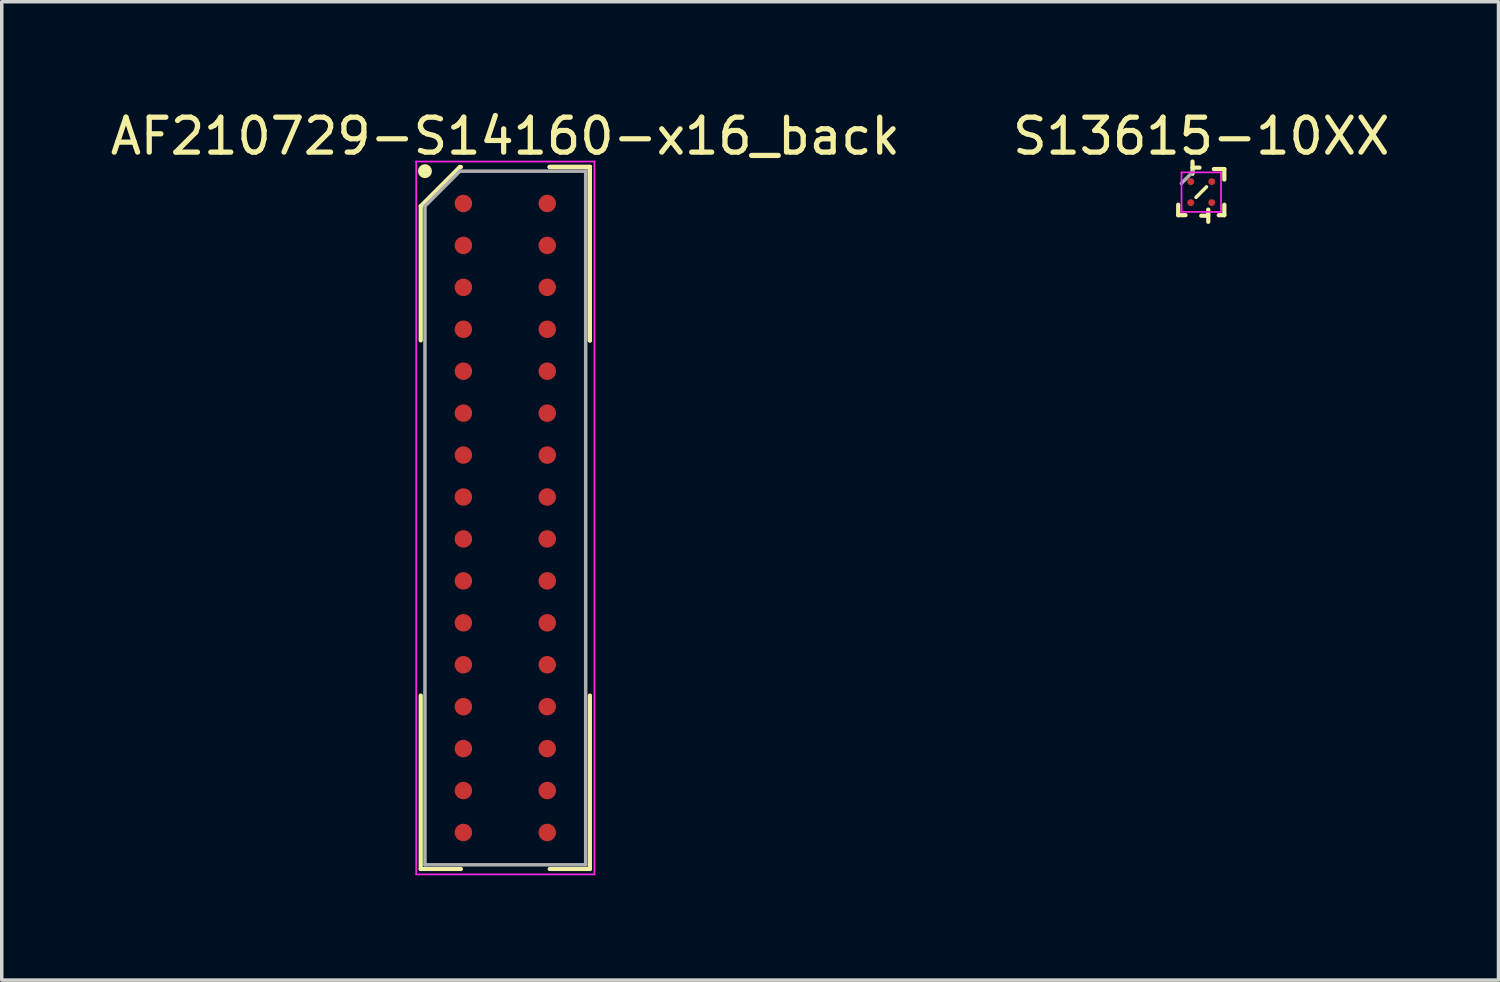
<source format=kicad_pcb>
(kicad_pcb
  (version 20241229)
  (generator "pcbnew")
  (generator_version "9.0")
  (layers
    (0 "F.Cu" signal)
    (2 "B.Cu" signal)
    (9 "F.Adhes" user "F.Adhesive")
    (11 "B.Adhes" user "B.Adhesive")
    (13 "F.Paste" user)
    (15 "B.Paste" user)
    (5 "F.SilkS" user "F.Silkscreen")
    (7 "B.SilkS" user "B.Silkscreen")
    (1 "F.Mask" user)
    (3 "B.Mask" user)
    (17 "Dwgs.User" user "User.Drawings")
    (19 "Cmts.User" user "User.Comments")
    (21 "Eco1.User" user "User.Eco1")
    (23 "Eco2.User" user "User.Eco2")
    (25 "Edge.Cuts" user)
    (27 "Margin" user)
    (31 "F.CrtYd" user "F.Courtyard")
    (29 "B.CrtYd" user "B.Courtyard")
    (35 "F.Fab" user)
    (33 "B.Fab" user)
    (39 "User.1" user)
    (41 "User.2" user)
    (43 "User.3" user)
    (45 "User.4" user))
  (footprint "S13615-10XX"
    (layer "F.Cu")
    (at 31.327 2.448)
    (property "Reference" "S13615-10XX" (at 0 -1.6 0) (layer "F.SilkS") (effects (font (size 1 1) (thickness 0.15))))
    (attr through_hole)
    (fp_line (start -0.66 0.66) (end -0.66 0.36) (stroke (width 0.12) (type solid)) (layer "F.SilkS"))
    (fp_line (start -0.45 0.66) (end -0.66 0.66) (stroke (width 0.12) (type solid)) (layer "F.SilkS"))
    (fp_line (start -0.25 -0.7) (end -0.05 -0.7) (stroke (width 0.12) (type solid)) (layer "F.SilkS"))
    (fp_line (start -0.25 -0.525) (end -0.25 -0.875) (stroke (width 0.12) (type solid)) (layer "F.SilkS"))
    (fp_line (start 0.15 -0.15) (end -0.15 0.15) (stroke (width 0.1) (type solid)) (layer "F.SilkS"))
    (fp_line (start 0.2 0.5) (end 0.2 0.85) (stroke (width 0.12) (type solid)) (layer "F.SilkS"))
    (fp_line (start 0.2 0.675) (end 0 0.675) (stroke (width 0.12) (type solid)) (layer "F.SilkS"))
    (fp_line (start 0.36 -0.66) (end 0.66 -0.66) (stroke (width 0.12) (type solid)) (layer "F.SilkS"))
    (fp_line (start 0.5 0.66) (end 0.66 0.66) (stroke (width 0.12) (type solid)) (layer "F.SilkS"))
    (fp_line (start 0.66 -0.66) (end 0.66 -0.36) (stroke (width 0.12) (type solid)) (layer "F.SilkS"))
    (fp_line (start 0.66 0.66) (end 0.66 0.36) (stroke (width 0.12) (type solid)) (layer "F.SilkS"))
    (fp_line (start -0.565 -0.565) (end 0.565 -0.565) (stroke (width 0.05) (type solid)) (layer "F.CrtYd"))
    (fp_line (start -0.565 0.565) (end -0.565 -0.565) (stroke (width 0.05) (type solid)) (layer "F.CrtYd"))
    (fp_line (start 0.565 -0.565) (end 0.565 0.565) (stroke (width 0.05) (type solid)) (layer "F.CrtYd"))
    (fp_line (start 0.565 0.565) (end -0.565 0.565) (stroke (width 0.05) (type solid)) (layer "F.CrtYd"))
    (fp_line (start -0.24 -0.58) (end -0.57 -0.25) (stroke (width 0.1) (type solid)) (layer "F.Fab"))
    (pad "1" smd circle (at -0.3 -0.3) (size 0.2 0.2) (layers "F.Cu" "F.Mask" "F.Paste"))
    (pad "1" smd circle (at 0.3 0.3) (size 0.2 0.2) (layers "F.Cu" "F.Mask" "F.Paste"))
    (pad "2" smd circle (at -0.3 0.3) (size 0.2 0.2) (layers "F.Cu" "F.Mask" "F.Paste"))
    (pad "2" smd circle (at 0.3 -0.3) (size 0.2 0.2) (layers "F.Cu" "F.Mask" "F.Paste")))
  (footprint "AF210729-S14160-x16_back"
    (layer "F.Cu")
    (at 11.411 11.773)
    (property "Reference" "AF210729-S14160-x16_back" (at 0 -10.925 0) (layer "F.SilkS") (effects (font (size 1 1) (thickness 0.15))))
    (attr smd)
    (fp_line (start -2.42 -8.925) (end -2.42 -5.082) (stroke (width 0.12) (type solid)) (layer "F.SilkS"))
    (fp_line (start -2.42 10.045) (end -2.42 5.082) (stroke (width 0.12) (type solid)) (layer "F.SilkS"))
    (fp_line (start -1.3 -10.045) (end -2.42 -8.925) (stroke (width 0.12) (type solid)) (layer "F.SilkS"))
    (fp_line (start -1.27 -10.045) (end -1.3 -10.045) (stroke (width 0.12) (type solid)) (layer "F.SilkS"))
    (fp_line (start -1.27 10.045) (end -2.42 10.045) (stroke (width 0.12) (type solid)) (layer "F.SilkS"))
    (fp_line (start 1.27 -10.045) (end 2.42 -10.045) (stroke (width 0.12) (type solid)) (layer "F.SilkS"))
    (fp_line (start 1.27 -10.045) (end 2.42 -10.045) (stroke (width 0.12) (type solid)) (layer "F.SilkS"))
    (fp_line (start 1.27 -10.045) (end 2.42 -10.045) (stroke (width 0.12) (type solid)) (layer "F.SilkS"))
    (fp_line (start 1.27 10.045) (end 2.42 10.045) (stroke (width 0.12) (type solid)) (layer "F.SilkS"))
    (fp_line (start 2.42 -10.045) (end 2.42 -5.082) (stroke (width 0.12) (type solid)) (layer "F.SilkS"))
    (fp_line (start 2.42 -10.045) (end 2.42 -5.082) (stroke (width 0.12) (type solid)) (layer "F.SilkS"))
    (fp_line (start 2.42 -10.045) (end 2.42 -5.082) (stroke (width 0.12) (type solid)) (layer "F.SilkS"))
    (fp_line (start 2.42 10.045) (end 2.42 5.082) (stroke (width 0.12) (type solid)) (layer "F.SilkS"))
    (fp_circle (center -2.3 -9.925) (end -2.3 -9.825) (stroke (width 0.2) (type solid)) (fill no) (layer "F.SilkS"))
    (fp_line (start -2.55 -10.2) (end 2.55 -10.2) (stroke (width 0.05) (type solid)) (layer "F.CrtYd"))
    (fp_line (start -2.55 10.2) (end -2.55 -10.2) (stroke (width 0.05) (type solid)) (layer "F.CrtYd"))
    (fp_line (start 2.55 -10.2) (end 2.55 10.2) (stroke (width 0.05) (type solid)) (layer "F.CrtYd"))
    (fp_line (start 2.55 10.2) (end -2.55 10.2) (stroke (width 0.05) (type solid)) (layer "F.CrtYd"))
    (fp_line (start -2.3 -8.925) (end -2.3 9.925) (stroke (width 0.1) (type solid)) (layer "F.Fab"))
    (fp_line (start -2.3 9.925) (end 2.3 9.925) (stroke (width 0.1) (type solid)) (layer "F.Fab"))
    (fp_line (start -1.3 -9.925) (end -2.3 -8.925) (stroke (width 0.1) (type solid)) (layer "F.Fab"))
    (fp_line (start 2.3 -9.925) (end -1.3 -9.925) (stroke (width 0.1) (type solid)) (layer "F.Fab"))
    (fp_line (start 2.3 9.925) (end 2.3 -9.925) (stroke (width 0.1) (type solid)) (layer "F.Fab"))
    (pad "A1" smd circle (at -1.2 -9) (size 0.5 0.5) (layers "F.Cu" "F.Mask" "F.Paste"))
    (pad "A2" smd circle (at 1.2 -9) (size 0.5 0.5) (layers "F.Cu" "F.Mask" "F.Paste"))
    (pad "B1" smd circle (at -1.2 -7.8) (size 0.5 0.5) (layers "F.Cu" "F.Mask" "F.Paste"))
    (pad "B2" smd circle (at 1.2 -7.8) (size 0.5 0.5) (layers "F.Cu" "F.Mask" "F.Paste"))
    (pad "C1" smd circle (at -1.2 -6.6) (size 0.5 0.5) (layers "F.Cu" "F.Mask" "F.Paste"))
    (pad "C2" smd circle (at 1.2 -6.6) (size 0.5 0.5) (layers "F.Cu" "F.Mask" "F.Paste"))
    (pad "D1" smd circle (at -1.2 -5.4) (size 0.5 0.5) (layers "F.Cu" "F.Mask" "F.Paste"))
    (pad "D2" smd circle (at 1.2 -5.4) (size 0.5 0.5) (layers "F.Cu" "F.Mask" "F.Paste"))
    (pad "E1" smd circle (at -1.2 -4.2) (size 0.5 0.5) (layers "F.Cu" "F.Mask" "F.Paste"))
    (pad "E2" smd circle (at 1.2 -4.2) (size 0.5 0.5) (layers "F.Cu" "F.Mask" "F.Paste"))
    (pad "F1" smd circle (at -1.2 -3) (size 0.5 0.5) (layers "F.Cu" "F.Mask" "F.Paste"))
    (pad "F2" smd circle (at 1.2 -3) (size 0.5 0.5) (layers "F.Cu" "F.Mask" "F.Paste"))
    (pad "G1" smd circle (at -1.2 -1.8) (size 0.5 0.5) (layers "F.Cu" "F.Mask" "F.Paste"))
    (pad "G2" smd circle (at 1.2 -1.8) (size 0.5 0.5) (layers "F.Cu" "F.Mask" "F.Paste"))
    (pad "H1" smd circle (at -1.2 -0.6) (size 0.5 0.5) (layers "F.Cu" "F.Mask" "F.Paste"))
    (pad "H2" smd circle (at 1.2 -0.6) (size 0.5 0.5) (layers "F.Cu" "F.Mask" "F.Paste"))
    (pad "J1" smd circle (at -1.2 0.6) (size 0.5 0.5) (layers "F.Cu" "F.Mask" "F.Paste"))
    (pad "J2" smd circle (at 1.2 0.6) (size 0.5 0.5) (layers "F.Cu" "F.Mask" "F.Paste"))
    (pad "K1" smd circle (at -1.2 1.8) (size 0.5 0.5) (layers "F.Cu" "F.Mask" "F.Paste"))
    (pad "K2" smd circle (at 1.2 1.8) (size 0.5 0.5) (layers "F.Cu" "F.Mask" "F.Paste"))
    (pad "L1" smd circle (at -1.2 3) (size 0.5 0.5) (layers "F.Cu" "F.Mask" "F.Paste"))
    (pad "L2" smd circle (at 1.2 3) (size 0.5 0.5) (layers "F.Cu" "F.Mask" "F.Paste"))
    (pad "M1" smd circle (at -1.2 4.2) (size 0.5 0.5) (layers "F.Cu" "F.Mask" "F.Paste"))
    (pad "M2" smd circle (at 1.2 4.2) (size 0.5 0.5) (layers "F.Cu" "F.Mask" "F.Paste"))
    (pad "N1" smd circle (at -1.2 5.4) (size 0.5 0.5) (layers "F.Cu" "F.Mask" "F.Paste"))
    (pad "N2" smd circle (at 1.2 5.4) (size 0.5 0.5) (layers "F.Cu" "F.Mask" "F.Paste"))
    (pad "P1" smd circle (at -1.2 6.6) (size 0.5 0.5) (layers "F.Cu" "F.Mask" "F.Paste"))
    (pad "P2" smd circle (at 1.2 6.6) (size 0.5 0.5) (layers "F.Cu" "F.Mask" "F.Paste"))
    (pad "R1" smd circle (at -1.2 7.8) (size 0.5 0.5) (layers "F.Cu" "F.Mask" "F.Paste"))
    (pad "R2" smd circle (at 1.2 7.8) (size 0.5 0.5) (layers "F.Cu" "F.Mask" "F.Paste"))
    (pad "T1" smd circle (at -1.2 9) (size 0.5 0.5) (layers "F.Cu" "F.Mask" "F.Paste"))
    (pad "T2" smd circle (at 1.2 9) (size 0.5 0.5) (layers "F.Cu" "F.Mask" "F.Paste")))
  (gr_rect
    (start -3 -3)
    (end 39.833 24.998)
    (stroke (width 0.1) (type default))
    (fill no)
    (layer "Edge.Cuts")))
</source>
